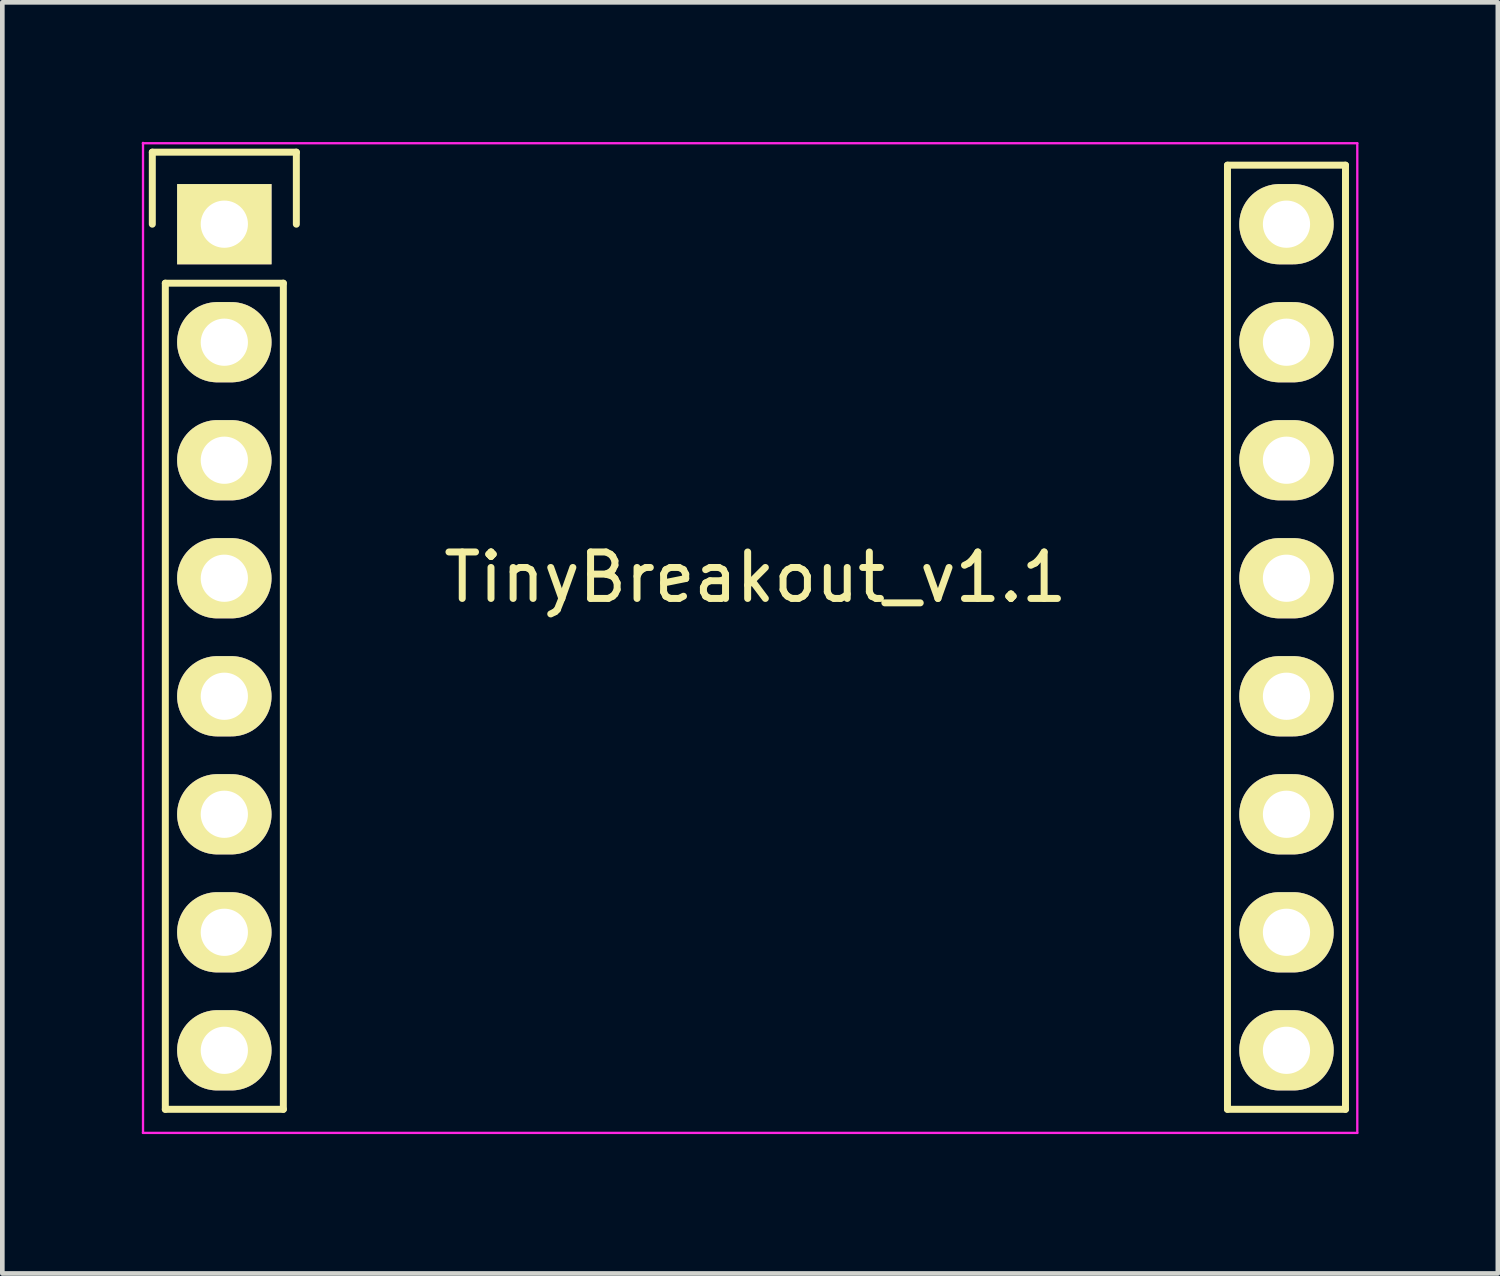
<source format=kicad_pcb>
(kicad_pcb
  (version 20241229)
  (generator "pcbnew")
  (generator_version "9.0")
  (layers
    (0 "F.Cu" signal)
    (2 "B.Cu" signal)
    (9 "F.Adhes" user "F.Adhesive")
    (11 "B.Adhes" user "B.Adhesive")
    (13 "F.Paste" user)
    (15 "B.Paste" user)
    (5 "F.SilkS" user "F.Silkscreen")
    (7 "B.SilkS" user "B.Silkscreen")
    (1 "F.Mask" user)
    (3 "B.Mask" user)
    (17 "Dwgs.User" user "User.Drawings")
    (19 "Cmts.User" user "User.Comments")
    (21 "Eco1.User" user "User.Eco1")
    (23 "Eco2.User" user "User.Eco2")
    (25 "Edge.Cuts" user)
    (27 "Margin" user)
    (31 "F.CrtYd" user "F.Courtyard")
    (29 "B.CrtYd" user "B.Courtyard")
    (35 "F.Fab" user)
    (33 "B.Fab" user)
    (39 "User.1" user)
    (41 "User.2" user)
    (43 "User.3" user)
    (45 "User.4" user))
  (footprint "TinyBreakout_v1.1"
    (layer "F.Cu")
    (at 1.778 1.775)
    (property "Reference" "TinyBreakout_v1.1" (at 11.43 7.6 0) (layer "F.SilkS") (effects (font (size 1 1) (thickness 0.15))))
    (attr through_hole)
    (fp_line (start -1.55 -1.55) (end 1.55 -1.55) (stroke (width 0.15) (type solid)) (layer "F.SilkS"))
    (fp_line (start -1.55 0) (end -1.55 -1.55) (stroke (width 0.15) (type solid)) (layer "F.SilkS"))
    (fp_line (start -1.27 19.05) (end -1.27 1.27) (stroke (width 0.15) (type solid)) (layer "F.SilkS"))
    (fp_line (start 1.27 1.27) (end -1.27 1.27) (stroke (width 0.15) (type solid)) (layer "F.SilkS"))
    (fp_line (start 1.27 1.27) (end 1.27 19.05) (stroke (width 0.15) (type solid)) (layer "F.SilkS"))
    (fp_line (start 1.27 19.05) (end -1.27 19.05) (stroke (width 0.15) (type solid)) (layer "F.SilkS"))
    (fp_line (start 1.55 -1.55) (end 1.55 0) (stroke (width 0.15) (type solid)) (layer "F.SilkS"))
    (fp_line (start 21.59 19.05) (end 21.59 -1.27) (stroke (width 0.15) (type solid)) (layer "F.SilkS"))
    (fp_line (start 24.13 -1.27) (end 21.59 -1.27) (stroke (width 0.15) (type solid)) (layer "F.SilkS"))
    (fp_line (start 24.13 -1.27) (end 24.13 19.05) (stroke (width 0.15) (type solid)) (layer "F.SilkS"))
    (fp_line (start 24.13 19.05) (end 21.59 19.05) (stroke (width 0.15) (type solid)) (layer "F.SilkS"))
    (fp_line (start -1.753 -1.742) (end 24.384 -1.742) (stroke (width 0.05) (type solid)) (layer "F.CrtYd"))
    (fp_line (start -1.753 19.558) (end 24.384 19.558) (stroke (width 0.05) (type solid)) (layer "F.CrtYd"))
    (fp_line (start -1.75 -1.75) (end -1.75 19.55) (stroke (width 0.05) (type solid)) (layer "F.CrtYd"))
    (fp_line (start 24.384 -1.742) (end 24.384 19.558) (stroke (width 0.05) (type solid)) (layer "F.CrtYd"))
    (pad "1" thru_hole rect (at 0 0) (size 2.032 1.727) (drill 1.016) (layers "*.Cu" "*.Mask" "F.SilkS"))
    (pad "2" thru_hole oval (at 0 2.54) (size 2.032 1.727) (drill 1.016) (layers "*.Cu" "*.Mask" "F.SilkS"))
    (pad "3" thru_hole oval (at 0 5.08) (size 2.032 1.727) (drill 1.016) (layers "*.Cu" "*.Mask" "F.SilkS"))
    (pad "4" thru_hole oval (at 0 7.62) (size 2.032 1.727) (drill 1.016) (layers "*.Cu" "*.Mask" "F.SilkS"))
    (pad "5" thru_hole oval (at 0 10.16) (size 2.032 1.727) (drill 1.016) (layers "*.Cu" "*.Mask" "F.SilkS"))
    (pad "6" thru_hole oval (at 0 12.7) (size 2.032 1.727) (drill 1.016) (layers "*.Cu" "*.Mask" "F.SilkS"))
    (pad "7" thru_hole oval (at 0 15.24) (size 2.032 1.727) (drill 1.016) (layers "*.Cu" "*.Mask" "F.SilkS"))
    (pad "8" thru_hole oval (at 0 17.78) (size 2.032 1.727) (drill 1.016) (layers "*.Cu" "*.Mask" "F.SilkS"))
    (pad "9" thru_hole oval (at 22.86 17.78) (size 2.032 1.727) (drill 1.016) (layers "*.Cu" "*.Mask" "F.SilkS"))
    (pad "10" thru_hole oval (at 22.86 15.24) (size 2.032 1.727) (drill 1.016) (layers "*.Cu" "*.Mask" "F.SilkS"))
    (pad "11" thru_hole oval (at 22.86 12.7) (size 2.032 1.727) (drill 1.016) (layers "*.Cu" "*.Mask" "F.SilkS"))
    (pad "12" thru_hole oval (at 22.86 10.16) (size 2.032 1.727) (drill 1.016) (layers "*.Cu" "*.Mask" "F.SilkS"))
    (pad "13" thru_hole oval (at 22.86 7.62) (size 2.032 1.727) (drill 1.016) (layers "*.Cu" "*.Mask" "F.SilkS"))
    (pad "14" thru_hole oval (at 22.86 5.08) (size 2.032 1.727) (drill 1.016) (layers "*.Cu" "*.Mask" "F.SilkS"))
    (pad "15" thru_hole oval (at 22.86 2.54) (size 2.032 1.727) (drill 1.016) (layers "*.Cu" "*.Mask" "F.SilkS"))
    (pad "16" thru_hole oval (at 22.86 0) (size 2.032 1.727) (drill 1.016) (layers "*.Cu" "*.Mask" "F.SilkS")))
  (gr_rect
    (start -3 -3)
    (end 29.187 24.358)
    (stroke (width 0.1) (type default))
    (fill no)
    (layer "Edge.Cuts")))
</source>
